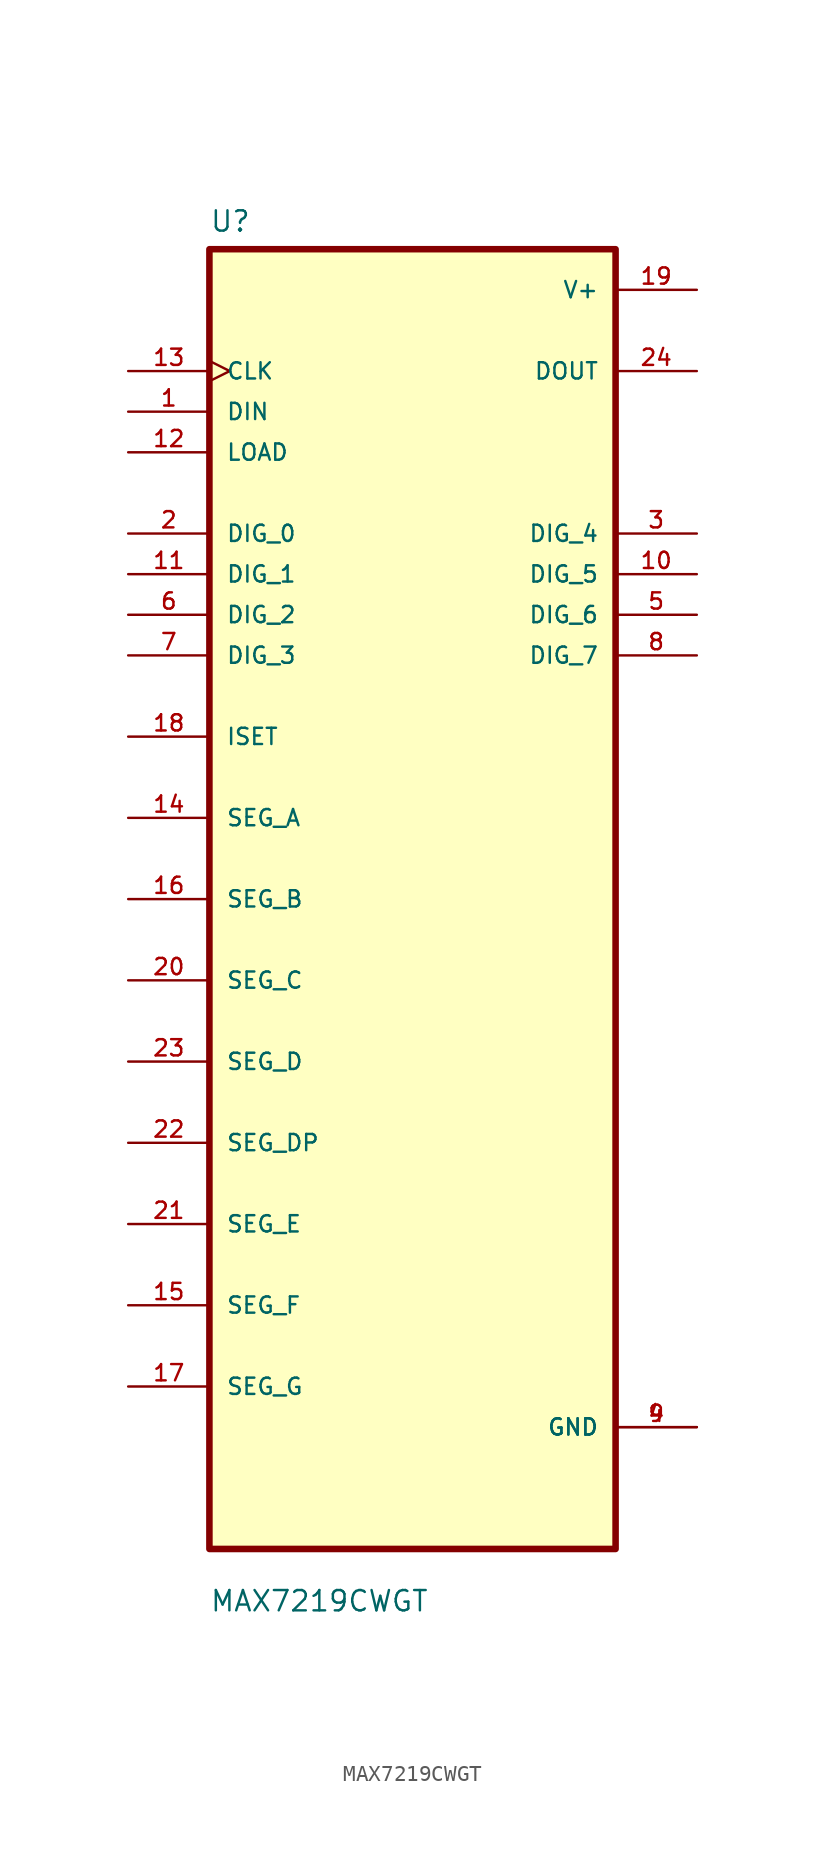
<source format=kicad_sym>
(kicad_symbol_lib
  (version 20211014)
  (generator kicad_symbol_editor)
  (symbol "MAX7219CWGT"
    (pin_names
      (offset 1.016))
    (property "Reference" "U"
      (at -12.7 41.64 0.0)
      (effects (font (size 1.27 1.27)) (justify bottom left)))
    (property "Value" "MAX7219CWGT"
      (at -12.7 -44.64 0.0)
      (effects (font (size 1.27 1.27)) (justify bottom left)))
    (symbol "MAX7219CWGT_0_0"
      (rectangle (start -12.7 -40.64) (end 12.7 40.64) (stroke (width 0.41)) (fill (type background)))
      (pin input clock (at -17.78 33.02 0) (length 5.08) (name "CLK" (effects (font (size 1.016 1.016)))) (number "13" (effects (font (size 1.016 1.016)))))
      (pin input line (at -17.78 30.48 0) (length 5.08) (name "DIN" (effects (font (size 1.016 1.016)))) (number "1" (effects (font (size 1.016 1.016)))))
      (pin input line (at -17.78 27.94 0) (length 5.08) (name "LOAD" (effects (font (size 1.016 1.016)))) (number "12" (effects (font (size 1.016 1.016)))))
      (pin bidirectional line (at -17.78 22.86 0) (length 5.08) (name "DIG_0" (effects (font (size 1.016 1.016)))) (number "2" (effects (font (size 1.016 1.016)))))
      (pin bidirectional line (at -17.78 20.32 0) (length 5.08) (name "DIG_1" (effects (font (size 1.016 1.016)))) (number "11" (effects (font (size 1.016 1.016)))))
      (pin bidirectional line (at -17.78 17.78 0) (length 5.08) (name "DIG_2" (effects (font (size 1.016 1.016)))) (number "6" (effects (font (size 1.016 1.016)))))
      (pin bidirectional line (at -17.78 15.24 0) (length 5.08) (name "DIG_3" (effects (font (size 1.016 1.016)))) (number "7" (effects (font (size 1.016 1.016)))))
      (pin bidirectional line (at -17.78 10.16 0) (length 5.08) (name "ISET" (effects (font (size 1.016 1.016)))) (number "18" (effects (font (size 1.016 1.016)))))
      (pin bidirectional line (at -17.78 5.08 0) (length 5.08) (name "SEG_A" (effects (font (size 1.016 1.016)))) (number "14" (effects (font (size 1.016 1.016)))))
      (pin bidirectional line (at -17.78 1.06581e-14 0) (length 5.08) (name "SEG_B" (effects (font (size 1.016 1.016)))) (number "16" (effects (font (size 1.016 1.016)))))
      (pin bidirectional line (at -17.78 -5.08 0) (length 5.08) (name "SEG_C" (effects (font (size 1.016 1.016)))) (number "20" (effects (font (size 1.016 1.016)))))
      (pin bidirectional line (at -17.78 -10.16 0) (length 5.08) (name "SEG_D" (effects (font (size 1.016 1.016)))) (number "23" (effects (font (size 1.016 1.016)))))
      (pin bidirectional line (at -17.78 -15.24 0) (length 5.08) (name "SEG_DP" (effects (font (size 1.016 1.016)))) (number "22" (effects (font (size 1.016 1.016)))))
      (pin bidirectional line (at -17.78 -20.32 0) (length 5.08) (name "SEG_E" (effects (font (size 1.016 1.016)))) (number "21" (effects (font (size 1.016 1.016)))))
      (pin bidirectional line (at -17.78 -25.4 0) (length 5.08) (name "SEG_F" (effects (font (size 1.016 1.016)))) (number "15" (effects (font (size 1.016 1.016)))))
      (pin bidirectional line (at -17.78 -30.48 0) (length 5.08) (name "SEG_G" (effects (font (size 1.016 1.016)))) (number "17" (effects (font (size 1.016 1.016)))))
      (pin power_in line (at 17.78 38.1 180.0) (length 5.08) (name "V+" (effects (font (size 1.016 1.016)))) (number "19" (effects (font (size 1.016 1.016)))))
      (pin output line (at 17.78 33.02 180.0) (length 5.08) (name "DOUT" (effects (font (size 1.016 1.016)))) (number "24" (effects (font (size 1.016 1.016)))))
      (pin bidirectional line (at 17.78 22.86 180.0) (length 5.08) (name "DIG_4" (effects (font (size 1.016 1.016)))) (number "3" (effects (font (size 1.016 1.016)))))
      (pin bidirectional line (at 17.78 20.32 180.0) (length 5.08) (name "DIG_5" (effects (font (size 1.016 1.016)))) (number "10" (effects (font (size 1.016 1.016)))))
      (pin bidirectional line (at 17.78 17.78 180.0) (length 5.08) (name "DIG_6" (effects (font (size 1.016 1.016)))) (number "5" (effects (font (size 1.016 1.016)))))
      (pin bidirectional line (at 17.78 15.24 180.0) (length 5.08) (name "DIG_7" (effects (font (size 1.016 1.016)))) (number "8" (effects (font (size 1.016 1.016)))))
      (pin power_in line (at 17.78 -33.02 180.0) (length 5.08) (name "GND" (effects (font (size 1.016 1.016)))) (number "4" (effects (font (size 1.016 1.016)))))
      (pin power_in line (at 17.78 -33.02 180.0) (length 5.08) (name "GND" (effects (font (size 1.016 1.016)))) (number "9" (effects (font (size 1.016 1.016))))))))
</source>
